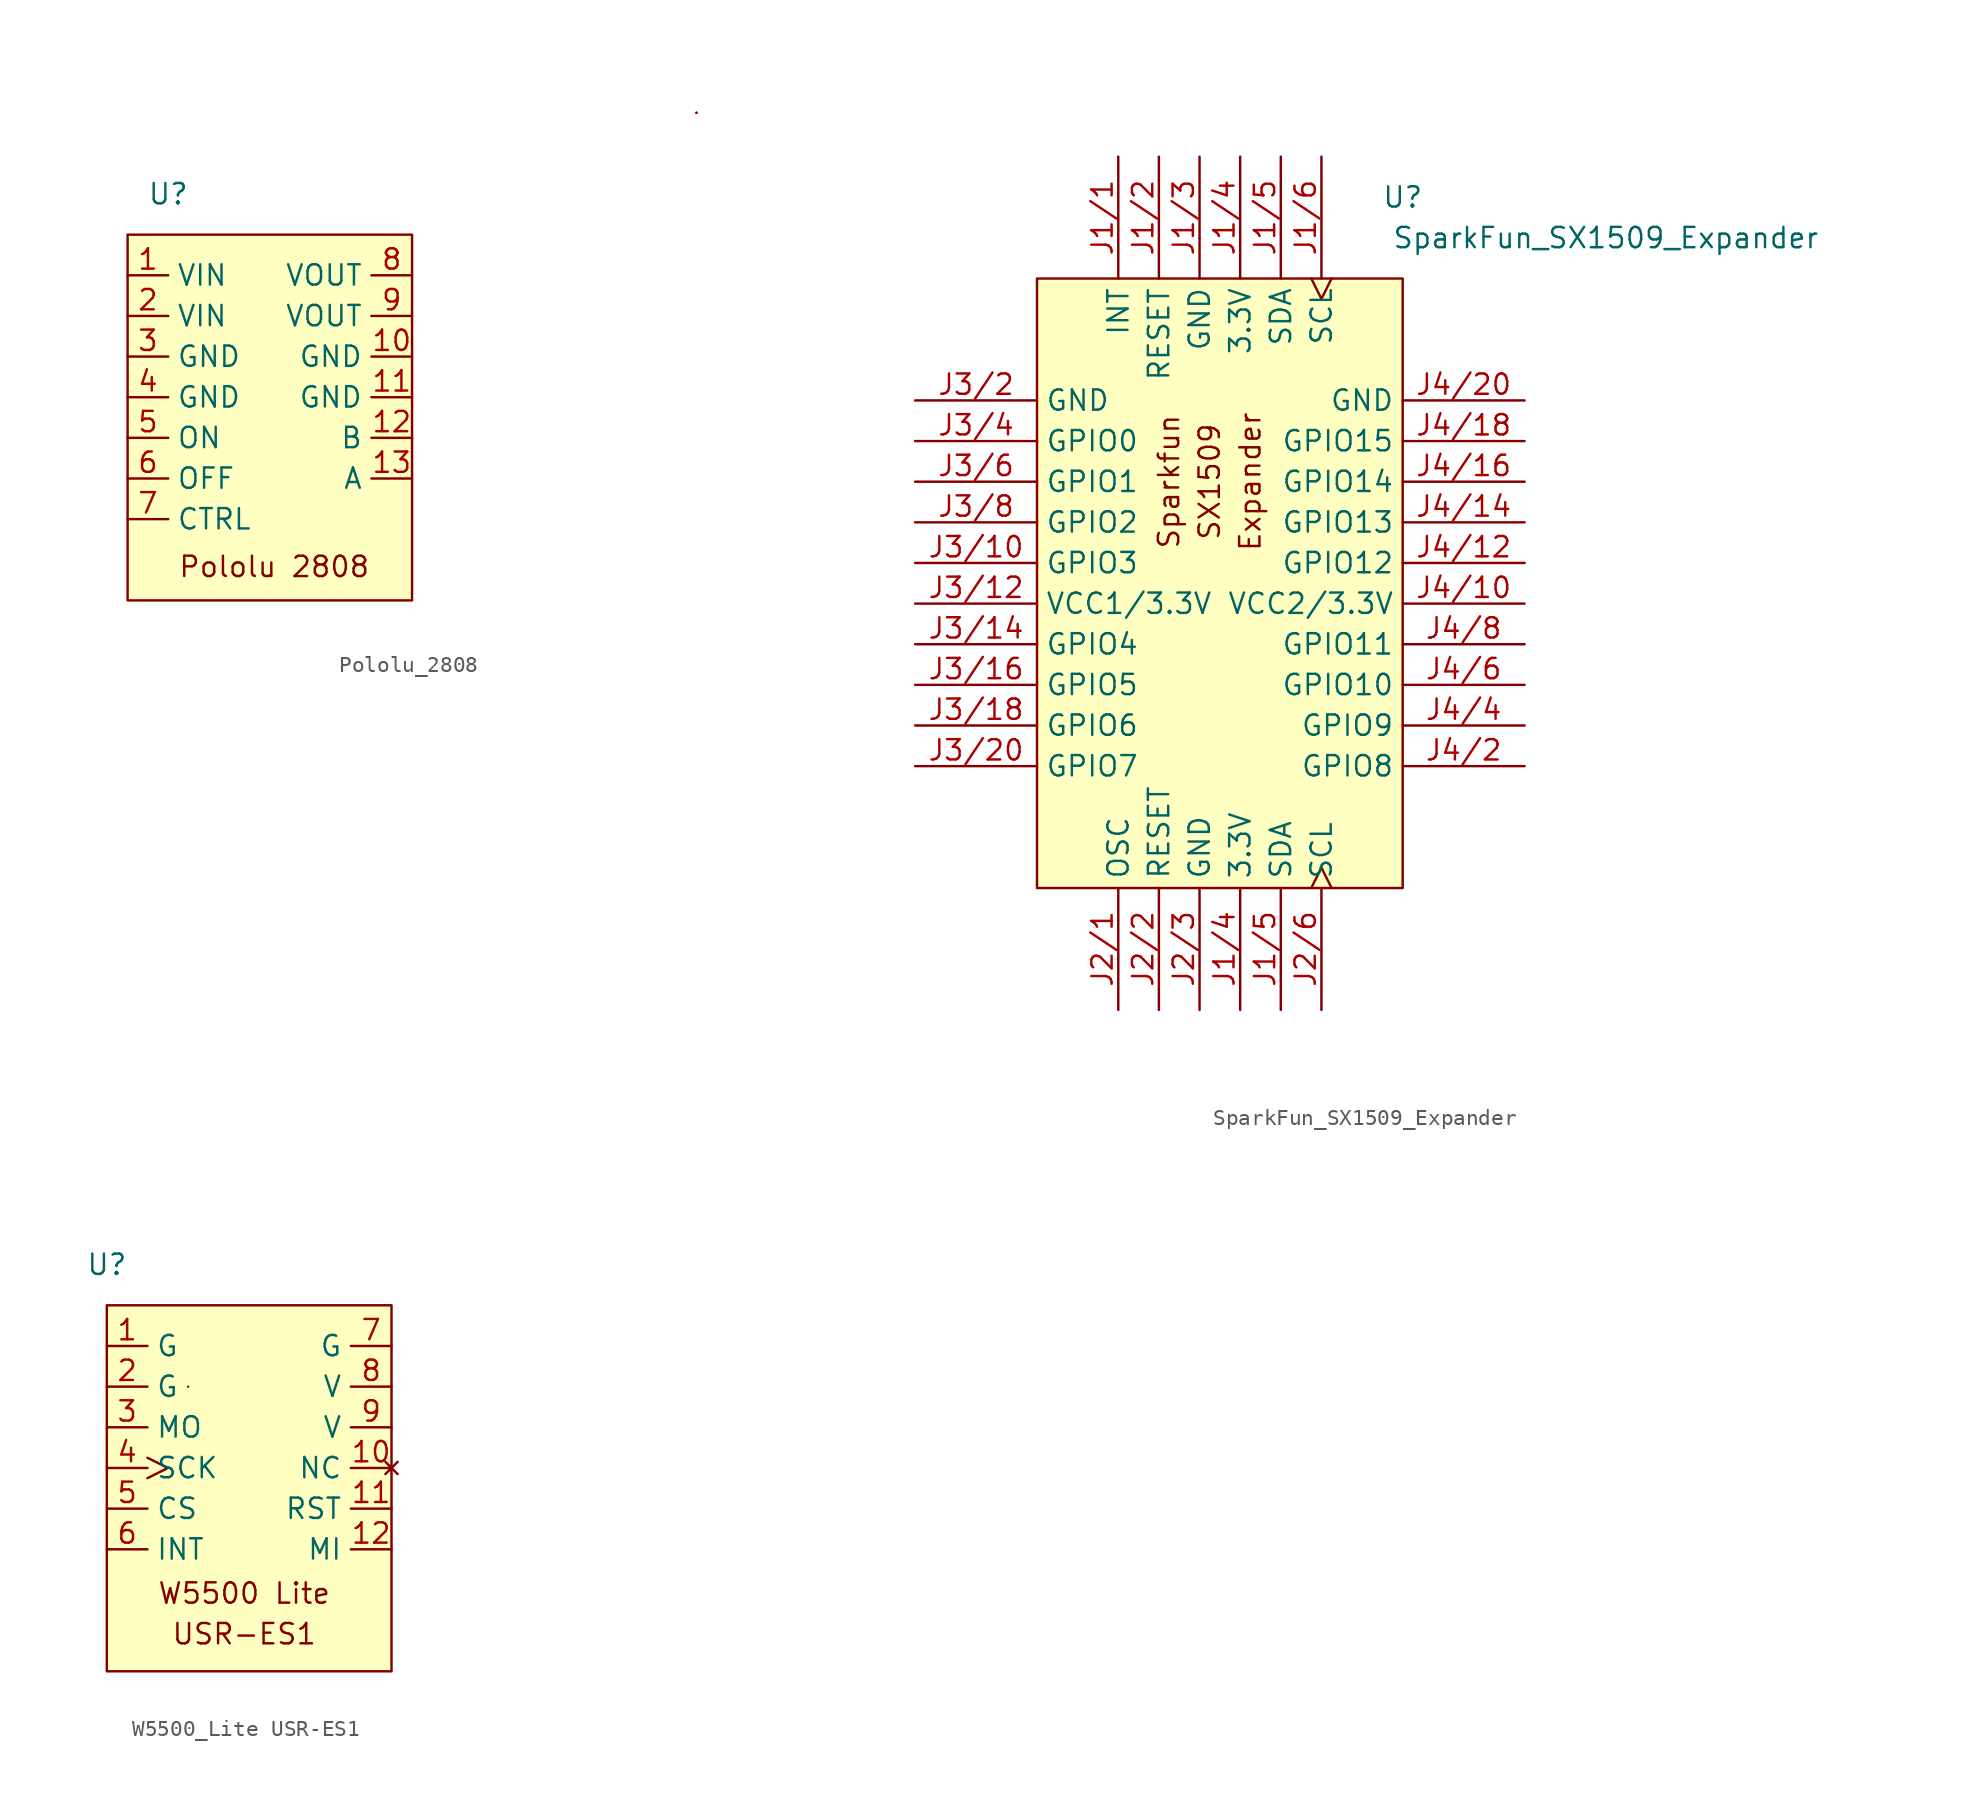
<source format=kicad_sym>
(kicad_symbol_lib
  (version 20211014)
  (generator kicad_symbol_editor)
  (symbol "Pololu_2808"
    (property "Reference" "U"
      (at 2.54 0 0)
      (effects (font (size 1.27 1.27))))
    (symbol "Pololu_2808_0_0"
      (rectangle (start 35.56 5.08) (end 35.56 5.08) (stroke (width 0) (type default) (color 0 0 0 0)) (fill (type none)))
      (rectangle (start 35.56 5.08) (end 35.56 5.08) (stroke (width 0) (type default) (color 0 0 0 0)) (fill (type none)))
      (text "Pololu 2808" (at 9.165 -23.297 0) (effects (font (size 1.27 1.27)))))
    (symbol "Pololu_2808_0_1"
      (rectangle (start 0 -2.54) (end 17.78 -25.4) (stroke (width 0) (type default) (color 0 0 0 0)) (fill (type background))))
    (symbol "Pololu_2808_1_1"
      (pin power_in line (at 0 -5.08 0) (length 2.54) (name "VIN" (effects (font (size 1.27 1.27)))) (number "1" (effects (font (size 1.27 1.27)))))
      (pin power_out line (at 17.78 -10.16 180) (length 2.54) (name "GND" (effects (font (size 1.27 1.27)))) (number "10" (effects (font (size 1.27 1.27)))))
      (pin power_out line (at 17.78 -12.7 180) (length 2.54) (name "GND" (effects (font (size 1.27 1.27)))) (number "11" (effects (font (size 1.27 1.27)))))
      (pin bidirectional line (at 17.78 -15.24 180) (length 2.54) (name "B" (effects (font (size 1.27 1.27)))) (number "12" (effects (font (size 1.27 1.27)))))
      (pin bidirectional line (at 17.78 -17.78 180) (length 2.54) (name "A" (effects (font (size 1.27 1.27)))) (number "13" (effects (font (size 1.27 1.27)))))
      (pin power_in line (at 0 -7.62 0) (length 2.54) (name "VIN" (effects (font (size 1.27 1.27)))) (number "2" (effects (font (size 1.27 1.27)))))
      (pin power_in line (at 0 -10.16 0) (length 2.54) (name "GND" (effects (font (size 1.27 1.27)))) (number "3" (effects (font (size 1.27 1.27)))))
      (pin power_in line (at 0 -12.7 0) (length 2.54) (name "GND" (effects (font (size 1.27 1.27)))) (number "4" (effects (font (size 1.27 1.27)))))
      (pin input line (at 0 -15.24 0) (length 2.54) (name "ON" (effects (font (size 1.27 1.27)))) (number "5" (effects (font (size 1.27 1.27)))))
      (pin input line (at 0 -17.78 0) (length 2.54) (name "OFF" (effects (font (size 1.27 1.27)))) (number "6" (effects (font (size 1.27 1.27)))))
      (pin input line (at 0 -20.32 0) (length 2.54) (name "CTRL" (effects (font (size 1.27 1.27)))) (number "7" (effects (font (size 1.27 1.27)))))
      (pin power_out line (at 17.78 -5.08 180) (length 2.54) (name "VOUT" (effects (font (size 1.27 1.27)))) (number "8" (effects (font (size 1.27 1.27)))))
      (pin power_out line (at 17.78 -7.62 180) (length 2.54) (name "VOUT" (effects (font (size 1.27 1.27)))) (number "9" (effects (font (size 1.27 1.27)))))))
  (symbol "SparkFun_SX1509_Expander"
    (property "Reference" "U"
      (at 30.48 -2.54 0)
      (effects (font (size 1.27 1.27))))
    (property "Value" "SparkFun_SX1509_Expander"
      (at 43.18 -5.08 0)
      (effects (font (size 1.27 1.27))))
    (symbol "SparkFun_SX1509_Expander_0_0"
      (text "Expander" (at 20.944 -20.316 900) (effects (font (size 1.27 1.27))))
      (text "Sparkfun" (at 15.864 -20.316 900) (effects (font (size 1.27 1.27))))
      (text "SX1509" (at 18.404 -20.316 900) (effects (font (size 1.27 1.27))))
      (pin output line (at 12.7 0 270) (length 7.62) (name "INT" (effects (font (size 1.27 1.27)))) (number "J1/1" (effects (font (size 1.27 1.27)))))
      (pin input line (at 15.24 0 270) (length 7.62) (name "RESET" (effects (font (size 1.27 1.27)))) (number "J1/2" (effects (font (size 1.27 1.27)))))
      (pin power_in line (at 17.78 0 270) (length 7.62) (name "GND" (effects (font (size 1.27 1.27)))) (number "J1/3" (effects (font (size 1.27 1.27)))))
      (pin power_in line (at 20.32 -53.34 90) (length 7.62) (name "3.3V" (effects (font (size 1.27 1.27)))) (number "J1/4" (effects (font (size 1.27 1.27)))))
      (pin power_in line (at 20.32 0 270) (length 7.62) (name "3.3V" (effects (font (size 1.27 1.27)))) (number "J1/4" (effects (font (size 1.27 1.27)))))
      (pin bidirectional line (at 22.86 -53.34 90) (length 7.62) (name "SDA" (effects (font (size 1.27 1.27)))) (number "J1/5" (effects (font (size 1.27 1.27)))))
      (pin bidirectional line (at 22.86 0 270) (length 7.62) (name "SDA" (effects (font (size 1.27 1.27)))) (number "J1/5" (effects (font (size 1.27 1.27)))))
      (pin input clock (at 25.4 0 270) (length 7.62) (name "SCL" (effects (font (size 1.27 1.27)))) (number "J1/6" (effects (font (size 1.27 1.27)))))
      (pin bidirectional line (at 12.7 -53.34 90) (length 7.62) (name "OSC" (effects (font (size 1.27 1.27)))) (number "J2/1" (effects (font (size 1.27 1.27)))))
      (pin input line (at 15.24 -53.34 90) (length 7.62) (name "RESET" (effects (font (size 1.27 1.27)))) (number "J2/2" (effects (font (size 1.27 1.27)))))
      (pin power_in line (at 17.78 -53.34 90) (length 7.62) (name "GND" (effects (font (size 1.27 1.27)))) (number "J2/3" (effects (font (size 1.27 1.27)))))
      (pin input clock (at 25.4 -53.34 90) (length 7.62) (name "SCL" (effects (font (size 1.27 1.27)))) (number "J2/6" (effects (font (size 1.27 1.27)))))
      (pin bidirectional line (at 0 -25.4 0) (length 7.62) (name "GPIO3" (effects (font (size 1.27 1.27)))) (number "J3/10" (effects (font (size 1.27 1.27)))))
      (pin power_out line (at 0 -27.94 0) (length 7.62) (name "VCC1/3.3V" (effects (font (size 1.27 1.27)))) (number "J3/12" (effects (font (size 1.27 1.27)))))
      (pin bidirectional line (at 0 -30.48 0) (length 7.62) (name "GPIO4" (effects (font (size 1.27 1.27)))) (number "J3/14" (effects (font (size 1.27 1.27)))))
      (pin bidirectional line (at 0 -33.02 0) (length 7.62) (name "GPIO5" (effects (font (size 1.27 1.27)))) (number "J3/16" (effects (font (size 1.27 1.27)))))
      (pin bidirectional line (at 0 -35.56 0) (length 7.62) (name "GPIO6" (effects (font (size 1.27 1.27)))) (number "J3/18" (effects (font (size 1.27 1.27)))))
      (pin power_out line (at 0 -15.24 0) (length 7.62) (name "GND" (effects (font (size 1.27 1.27)))) (number "J3/2" (effects (font (size 1.27 1.27)))))
      (pin bidirectional line (at 0 -38.1 0) (length 7.62) (name "GPIO7" (effects (font (size 1.27 1.27)))) (number "J3/20" (effects (font (size 1.27 1.27)))))
      (pin bidirectional line (at 0 -17.78 0) (length 7.62) (name "GPIO0" (effects (font (size 1.27 1.27)))) (number "J3/4" (effects (font (size 1.27 1.27)))))
      (pin bidirectional line (at 0 -20.32 0) (length 7.62) (name "GPIO1" (effects (font (size 1.27 1.27)))) (number "J3/6" (effects (font (size 1.27 1.27)))))
      (pin bidirectional line (at 0 -22.86 0) (length 7.62) (name "GPIO2" (effects (font (size 1.27 1.27)))) (number "J3/8" (effects (font (size 1.27 1.27)))))
      (pin power_out line (at 38.1 -27.94 180) (length 7.62) (name "VCC2/3.3V" (effects (font (size 1.27 1.27)))) (number "J4/10" (effects (font (size 1.27 1.27)))))
      (pin bidirectional line (at 38.1 -25.4 180) (length 7.62) (name "GPIO12" (effects (font (size 1.27 1.27)))) (number "J4/12" (effects (font (size 1.27 1.27)))))
      (pin bidirectional line (at 38.1 -22.86 180) (length 7.62) (name "GPIO13" (effects (font (size 1.27 1.27)))) (number "J4/14" (effects (font (size 1.27 1.27)))))
      (pin bidirectional line (at 38.1 -20.32 180) (length 7.62) (name "GPIO14" (effects (font (size 1.27 1.27)))) (number "J4/16" (effects (font (size 1.27 1.27)))))
      (pin bidirectional line (at 38.1 -17.78 180) (length 7.62) (name "GPIO15" (effects (font (size 1.27 1.27)))) (number "J4/18" (effects (font (size 1.27 1.27)))))
      (pin bidirectional line (at 38.1 -38.1 180) (length 7.62) (name "GPIO8" (effects (font (size 1.27 1.27)))) (number "J4/2" (effects (font (size 1.27 1.27)))))
      (pin power_out line (at 38.1 -15.24 180) (length 7.62) (name "GND" (effects (font (size 1.27 1.27)))) (number "J4/20" (effects (font (size 1.27 1.27)))))
      (pin bidirectional line (at 38.1 -35.56 180) (length 7.62) (name "GPIO9" (effects (font (size 1.27 1.27)))) (number "J4/4" (effects (font (size 1.27 1.27)))))
      (pin bidirectional line (at 38.1 -33.02 180) (length 7.62) (name "GPIO10" (effects (font (size 1.27 1.27)))) (number "J4/6" (effects (font (size 1.27 1.27)))))
      (pin bidirectional line (at 38.1 -30.48 180) (length 7.62) (name "GPIO11" (effects (font (size 1.27 1.27)))) (number "J4/8" (effects (font (size 1.27 1.27))))))
    (symbol "SparkFun_SX1509_Expander_0_1"
      (rectangle (start 7.62 -7.62) (end 30.48 -45.72) (stroke (width 0) (type default) (color 0 0 0 0)) (fill (type background)))
      (rectangle (start 17.78 -5.08) (end 17.78 -5.08) (stroke (width 0) (type default) (color 0 0 0 0)) (fill (type none)))))
  (symbol "W5500_Lite USR-ES1"
    (property "Reference" "U"
      (at 0 0 0)
      (effects (font (size 1.27 1.27))))
    (symbol "W5500_Lite USR-ES1_0_0"
      (text "USR-ES1" (at 8.582 -23.072 0) (effects (font (size 1.27 1.27))))
      (text "W5500 Lite" (at 8.582 -20.532 0) (effects (font (size 1.27 1.27)))))
    (symbol "W5500_Lite USR-ES1_0_1"
      (rectangle (start 0 -2.54) (end 17.78 -25.4) (stroke (width 0) (type default) (color 0 0 0 0)) (fill (type background)))
      (rectangle (start 5.08 -7.62) (end 5.08 -7.62) (stroke (width 0) (type default) (color 0 0 0 0)) (fill (type none))))
    (symbol "W5500_Lite USR-ES1_1_1"
      (pin power_in line (at 0 -5.08 0) (length 2.54) (name "G" (effects (font (size 1.27 1.27)))) (number "1" (effects (font (size 1.27 1.27)))))
      (pin no_connect line (at 17.78 -12.7 180) (length 2.54) (name "NC" (effects (font (size 1.27 1.27)))) (number "10" (effects (font (size 1.27 1.27)))))
      (pin input line (at 17.78 -15.24 180) (length 2.54) (name "RST" (effects (font (size 1.27 1.27)))) (number "11" (effects (font (size 1.27 1.27)))))
      (pin output line (at 17.78 -17.78 180) (length 2.54) (name "MI" (effects (font (size 1.27 1.27)))) (number "12" (effects (font (size 1.27 1.27)))))
      (pin power_in line (at 0 -7.62 0) (length 2.54) (name "G" (effects (font (size 1.27 1.27)))) (number "2" (effects (font (size 1.27 1.27)))))
      (pin input line (at 0 -10.16 0) (length 2.54) (name "MO" (effects (font (size 1.27 1.27)))) (number "3" (effects (font (size 1.27 1.27)))))
      (pin input clock (at 0 -12.7 0) (length 2.54) (name "SCK" (effects (font (size 1.27 1.27)))) (number "4" (effects (font (size 1.27 1.27)))))
      (pin input line (at 0 -15.24 0) (length 2.54) (name "CS" (effects (font (size 1.27 1.27)))) (number "5" (effects (font (size 1.27 1.27)))))
      (pin output line (at 0 -17.78 0) (length 2.54) (name "INT" (effects (font (size 1.27 1.27)))) (number "6" (effects (font (size 1.27 1.27)))))
      (pin power_in line (at 17.78 -5.08 180) (length 2.54) (name "G" (effects (font (size 1.27 1.27)))) (number "7" (effects (font (size 1.27 1.27)))))
      (pin power_in line (at 17.78 -7.62 180) (length 2.54) (name "V" (effects (font (size 1.27 1.27)))) (number "8" (effects (font (size 1.27 1.27)))))
      (pin power_in line (at 17.78 -10.16 180) (length 2.54) (name "V" (effects (font (size 1.27 1.27)))) (number "9" (effects (font (size 1.27 1.27))))))))
</source>
